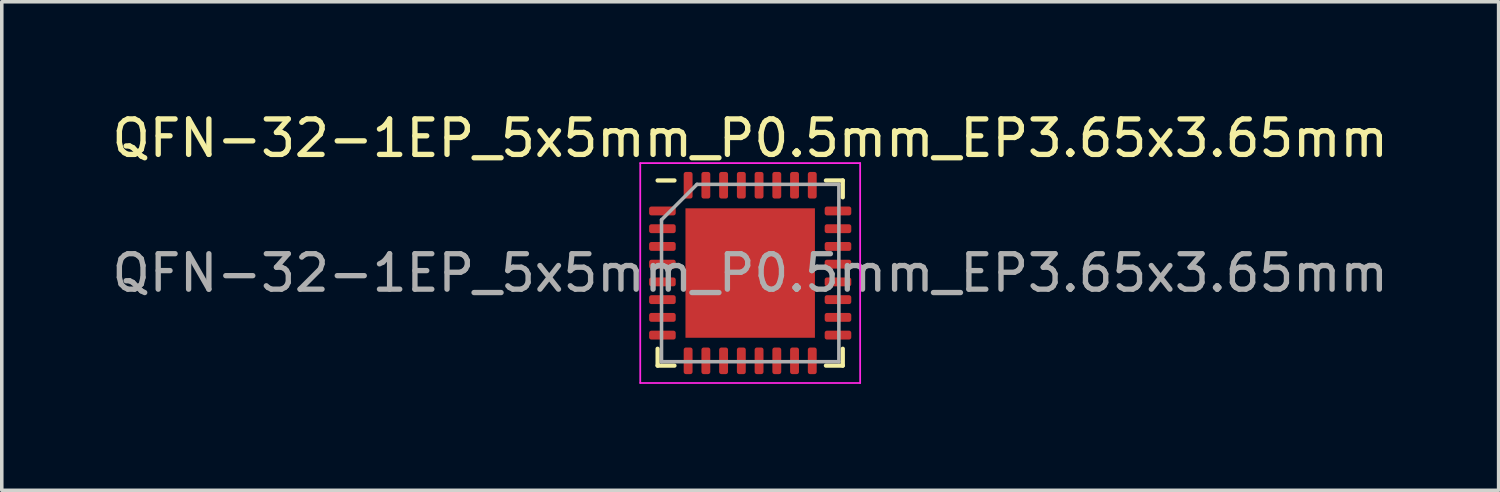
<source format=kicad_pcb>
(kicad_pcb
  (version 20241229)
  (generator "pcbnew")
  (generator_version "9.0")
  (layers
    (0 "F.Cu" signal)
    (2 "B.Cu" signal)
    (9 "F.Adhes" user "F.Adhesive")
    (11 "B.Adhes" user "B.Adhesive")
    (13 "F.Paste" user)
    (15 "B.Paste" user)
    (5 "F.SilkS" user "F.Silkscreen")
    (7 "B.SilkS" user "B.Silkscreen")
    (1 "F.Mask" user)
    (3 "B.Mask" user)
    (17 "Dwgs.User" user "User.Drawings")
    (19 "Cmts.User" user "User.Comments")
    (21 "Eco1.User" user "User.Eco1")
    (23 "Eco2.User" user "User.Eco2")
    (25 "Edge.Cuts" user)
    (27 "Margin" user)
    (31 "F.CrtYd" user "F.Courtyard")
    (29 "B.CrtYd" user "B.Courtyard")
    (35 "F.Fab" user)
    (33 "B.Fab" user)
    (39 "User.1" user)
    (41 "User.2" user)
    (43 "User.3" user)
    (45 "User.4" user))
  (footprint "QFN-32-1EP_5x5mm_P0.5mm_EP3.65x3.65mm"
    (layer "F.Cu")
    (at 18.101 4.648)
    (property "Reference" "QFN-32-1EP_5x5mm_P0.5mm_EP3.65x3.65mm" (at 0 -3.8 0) (layer "F.SilkS") (effects (font (size 1 1) (thickness 0.15))))
    (attr smd)
    (fp_line (start -2.61 2.61) (end -2.61 2.135) (stroke (width 0.12) (type solid)) (layer "F.SilkS"))
    (fp_line (start -2.135 -2.61) (end -2.61 -2.61) (stroke (width 0.12) (type solid)) (layer "F.SilkS"))
    (fp_line (start -2.135 2.61) (end -2.61 2.61) (stroke (width 0.12) (type solid)) (layer "F.SilkS"))
    (fp_line (start 2.135 -2.61) (end 2.61 -2.61) (stroke (width 0.12) (type solid)) (layer "F.SilkS"))
    (fp_line (start 2.135 2.61) (end 2.61 2.61) (stroke (width 0.12) (type solid)) (layer "F.SilkS"))
    (fp_line (start 2.61 -2.61) (end 2.61 -2.135) (stroke (width 0.12) (type solid)) (layer "F.SilkS"))
    (fp_line (start 2.61 2.61) (end 2.61 2.135) (stroke (width 0.12) (type solid)) (layer "F.SilkS"))
    (fp_line (start -3.1 -3.1) (end -3.1 3.1) (stroke (width 0.05) (type solid)) (layer "F.CrtYd"))
    (fp_line (start -3.1 3.1) (end 3.1 3.1) (stroke (width 0.05) (type solid)) (layer "F.CrtYd"))
    (fp_line (start 3.1 -3.1) (end -3.1 -3.1) (stroke (width 0.05) (type solid)) (layer "F.CrtYd"))
    (fp_line (start 3.1 3.1) (end 3.1 -3.1) (stroke (width 0.05) (type solid)) (layer "F.CrtYd"))
    (fp_line (start -2.5 -1.5) (end -1.5 -2.5) (stroke (width 0.1) (type solid)) (layer "F.Fab"))
    (fp_line (start -2.5 2.5) (end -2.5 -1.5) (stroke (width 0.1) (type solid)) (layer "F.Fab"))
    (fp_line (start -1.5 -2.5) (end 2.5 -2.5) (stroke (width 0.1) (type solid)) (layer "F.Fab"))
    (fp_line (start 2.5 -2.5) (end 2.5 2.5) (stroke (width 0.1) (type solid)) (layer "F.Fab"))
    (fp_line (start 2.5 2.5) (end -2.5 2.5) (stroke (width 0.1) (type solid)) (layer "F.Fab"))
    (fp_text user "${REFERENCE}" (at 0 0 0) (layer "F.Fab") (effects (font (size 1 1) (thickness 0.15))))
    (pad "" smd roundrect (at -1.22 -1.22) (size 0.98 0.98) (layers "F.Paste") (roundrect_rratio 0.25))
    (pad "" smd roundrect (at -1.22 0) (size 0.98 0.98) (layers "F.Paste") (roundrect_rratio 0.25))
    (pad "" smd roundrect (at -1.22 1.22) (size 0.98 0.98) (layers "F.Paste") (roundrect_rratio 0.25))
    (pad "" smd roundrect (at 0 -1.22) (size 0.98 0.98) (layers "F.Paste") (roundrect_rratio 0.25))
    (pad "" smd roundrect (at 0 0) (size 0.98 0.98) (layers "F.Paste") (roundrect_rratio 0.25))
    (pad "" smd roundrect (at 0 1.22) (size 0.98 0.98) (layers "F.Paste") (roundrect_rratio 0.25))
    (pad "" smd roundrect (at 1.22 -1.22) (size 0.98 0.98) (layers "F.Paste") (roundrect_rratio 0.25))
    (pad "" smd roundrect (at 1.22 0) (size 0.98 0.98) (layers "F.Paste") (roundrect_rratio 0.25))
    (pad "" smd roundrect (at 1.22 1.22) (size 0.98 0.98) (layers "F.Paste") (roundrect_rratio 0.25))
    (pad "1" smd roundrect (at -2.475 -1.75) (size 0.75 0.25) (layers "F.Cu" "F.Mask" "F.Paste") (roundrect_rratio 0.25))
    (pad "2" smd roundrect (at -2.475 -1.25) (size 0.75 0.25) (layers "F.Cu" "F.Mask" "F.Paste") (roundrect_rratio 0.25))
    (pad "3" smd roundrect (at -2.475 -0.75) (size 0.75 0.25) (layers "F.Cu" "F.Mask" "F.Paste") (roundrect_rratio 0.25))
    (pad "4" smd roundrect (at -2.475 -0.25) (size 0.75 0.25) (layers "F.Cu" "F.Mask" "F.Paste") (roundrect_rratio 0.25))
    (pad "5" smd roundrect (at -2.475 0.25) (size 0.75 0.25) (layers "F.Cu" "F.Mask" "F.Paste") (roundrect_rratio 0.25))
    (pad "6" smd roundrect (at -2.475 0.75) (size 0.75 0.25) (layers "F.Cu" "F.Mask" "F.Paste") (roundrect_rratio 0.25))
    (pad "7" smd roundrect (at -2.475 1.25) (size 0.75 0.25) (layers "F.Cu" "F.Mask" "F.Paste") (roundrect_rratio 0.25))
    (pad "8" smd roundrect (at -2.475 1.75) (size 0.75 0.25) (layers "F.Cu" "F.Mask" "F.Paste") (roundrect_rratio 0.25))
    (pad "9" smd roundrect (at -1.75 2.475) (size 0.25 0.75) (layers "F.Cu" "F.Mask" "F.Paste") (roundrect_rratio 0.25))
    (pad "10" smd roundrect (at -1.25 2.475) (size 0.25 0.75) (layers "F.Cu" "F.Mask" "F.Paste") (roundrect_rratio 0.25))
    (pad "11" smd roundrect (at -0.75 2.475) (size 0.25 0.75) (layers "F.Cu" "F.Mask" "F.Paste") (roundrect_rratio 0.25))
    (pad "12" smd roundrect (at -0.25 2.475) (size 0.25 0.75) (layers "F.Cu" "F.Mask" "F.Paste") (roundrect_rratio 0.25))
    (pad "13" smd roundrect (at 0.25 2.475) (size 0.25 0.75) (layers "F.Cu" "F.Mask" "F.Paste") (roundrect_rratio 0.25))
    (pad "14" smd roundrect (at 0.75 2.475) (size 0.25 0.75) (layers "F.Cu" "F.Mask" "F.Paste") (roundrect_rratio 0.25))
    (pad "15" smd roundrect (at 1.25 2.475) (size 0.25 0.75) (layers "F.Cu" "F.Mask" "F.Paste") (roundrect_rratio 0.25))
    (pad "16" smd roundrect (at 1.75 2.475) (size 0.25 0.75) (layers "F.Cu" "F.Mask" "F.Paste") (roundrect_rratio 0.25))
    (pad "17" smd roundrect (at 2.475 1.75) (size 0.75 0.25) (layers "F.Cu" "F.Mask" "F.Paste") (roundrect_rratio 0.25))
    (pad "18" smd roundrect (at 2.475 1.25) (size 0.75 0.25) (layers "F.Cu" "F.Mask" "F.Paste") (roundrect_rratio 0.25))
    (pad "19" smd roundrect (at 2.475 0.75) (size 0.75 0.25) (layers "F.Cu" "F.Mask" "F.Paste") (roundrect_rratio 0.25))
    (pad "20" smd roundrect (at 2.475 0.25) (size 0.75 0.25) (layers "F.Cu" "F.Mask" "F.Paste") (roundrect_rratio 0.25))
    (pad "21" smd roundrect (at 2.475 -0.25) (size 0.75 0.25) (layers "F.Cu" "F.Mask" "F.Paste") (roundrect_rratio 0.25))
    (pad "22" smd roundrect (at 2.475 -0.75) (size 0.75 0.25) (layers "F.Cu" "F.Mask" "F.Paste") (roundrect_rratio 0.25))
    (pad "23" smd roundrect (at 2.475 -1.25) (size 0.75 0.25) (layers "F.Cu" "F.Mask" "F.Paste") (roundrect_rratio 0.25))
    (pad "24" smd roundrect (at 2.475 -1.75) (size 0.75 0.25) (layers "F.Cu" "F.Mask" "F.Paste") (roundrect_rratio 0.25))
    (pad "25" smd roundrect (at 1.75 -2.475) (size 0.25 0.75) (layers "F.Cu" "F.Mask" "F.Paste") (roundrect_rratio 0.25))
    (pad "26" smd roundrect (at 1.25 -2.475) (size 0.25 0.75) (layers "F.Cu" "F.Mask" "F.Paste") (roundrect_rratio 0.25))
    (pad "27" smd roundrect (at 0.75 -2.475) (size 0.25 0.75) (layers "F.Cu" "F.Mask" "F.Paste") (roundrect_rratio 0.25))
    (pad "28" smd roundrect (at 0.25 -2.475) (size 0.25 0.75) (layers "F.Cu" "F.Mask" "F.Paste") (roundrect_rratio 0.25))
    (pad "29" smd roundrect (at -0.25 -2.475) (size 0.25 0.75) (layers "F.Cu" "F.Mask" "F.Paste") (roundrect_rratio 0.25))
    (pad "30" smd roundrect (at -0.75 -2.475) (size 0.25 0.75) (layers "F.Cu" "F.Mask" "F.Paste") (roundrect_rratio 0.25))
    (pad "31" smd roundrect (at -1.25 -2.475) (size 0.25 0.75) (layers "F.Cu" "F.Mask" "F.Paste") (roundrect_rratio 0.25))
    (pad "32" smd roundrect (at -1.75 -2.475) (size 0.25 0.75) (layers "F.Cu" "F.Mask" "F.Paste") (roundrect_rratio 0.25))
    (pad "33" smd rect (at 0 0) (size 3.65 3.65) (layers "F.Cu" "F.Mask")))
  (gr_rect
    (start -3 -3)
    (end 39.202 10.773)
    (stroke (width 0.1) (type default))
    (fill no)
    (layer "Edge.Cuts")))
</source>
